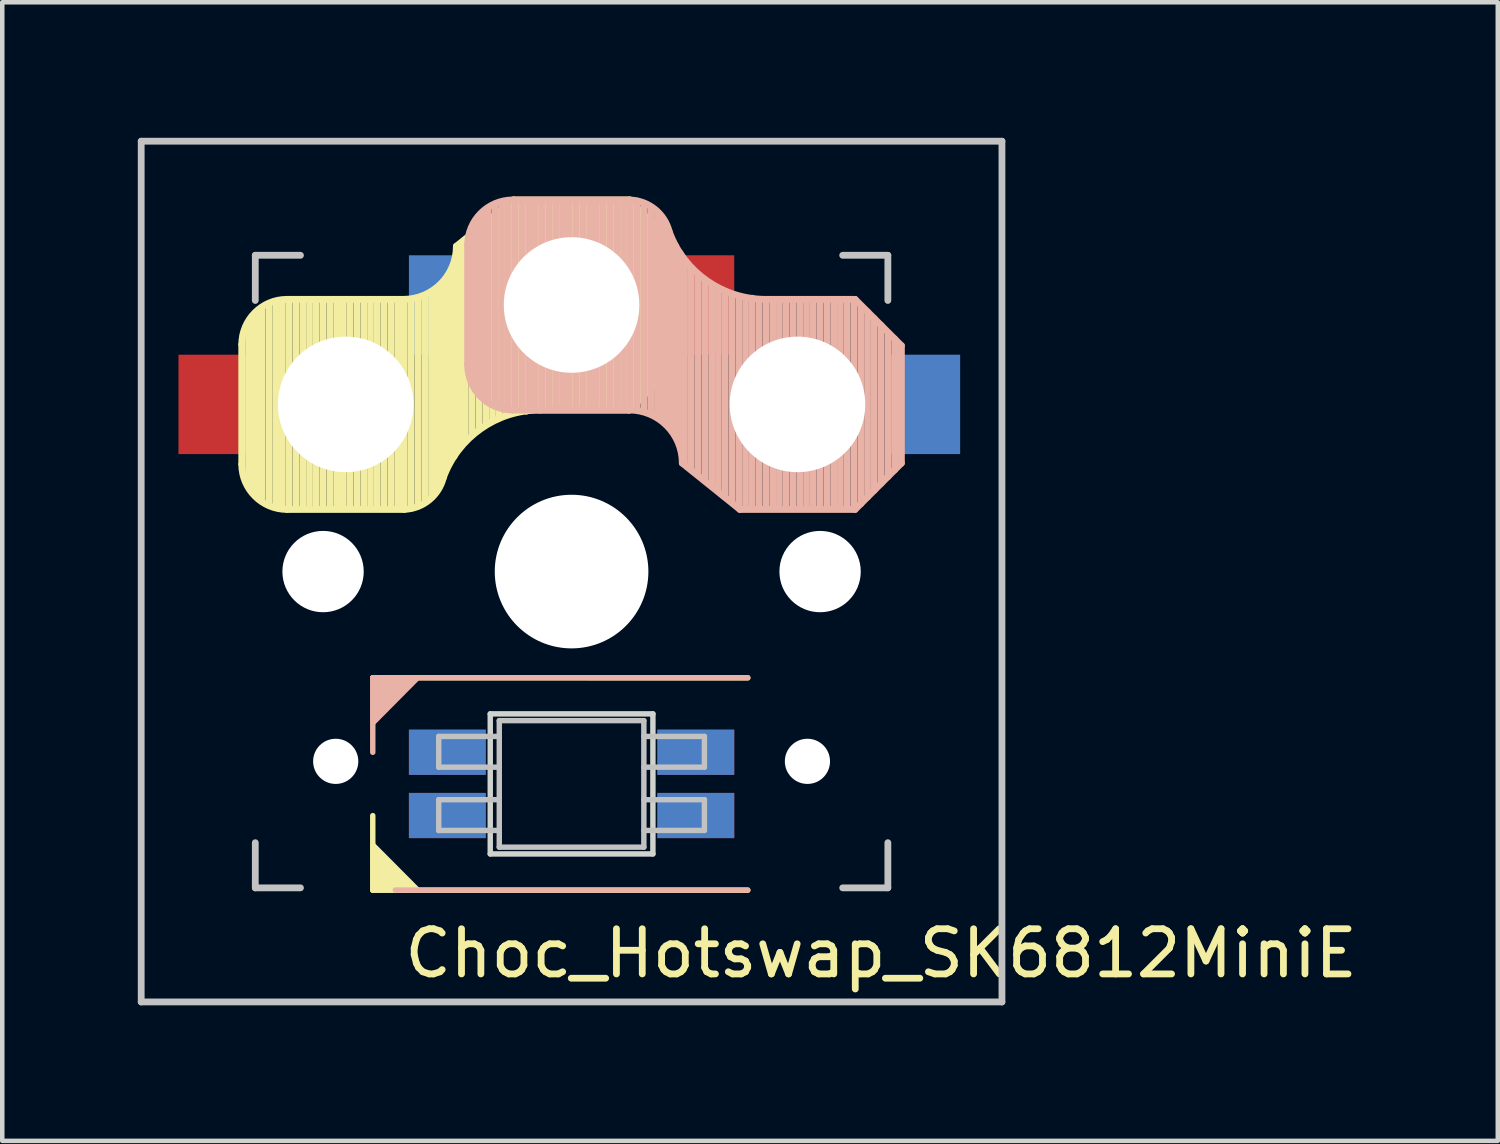
<source format=kicad_pcb>
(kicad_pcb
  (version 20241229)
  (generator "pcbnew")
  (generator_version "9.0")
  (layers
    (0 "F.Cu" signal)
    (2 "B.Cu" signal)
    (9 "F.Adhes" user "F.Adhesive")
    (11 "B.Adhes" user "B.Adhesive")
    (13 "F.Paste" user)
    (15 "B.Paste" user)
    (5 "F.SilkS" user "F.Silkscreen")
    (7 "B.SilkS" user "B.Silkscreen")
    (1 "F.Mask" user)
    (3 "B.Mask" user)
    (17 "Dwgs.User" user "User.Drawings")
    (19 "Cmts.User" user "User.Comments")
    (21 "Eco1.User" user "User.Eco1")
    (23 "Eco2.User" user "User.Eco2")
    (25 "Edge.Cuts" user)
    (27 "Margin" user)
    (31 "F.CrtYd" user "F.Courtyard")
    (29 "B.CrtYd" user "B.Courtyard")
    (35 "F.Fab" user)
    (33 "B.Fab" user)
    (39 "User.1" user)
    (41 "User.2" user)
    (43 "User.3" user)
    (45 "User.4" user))
  (footprint "Choc_Hotswap_SK6812MiniE"
    (layer "F.Cu")
    (at 9.6 9.6)
    (property "Reference" "Choc_Hotswap_SK6812MiniE" (at 6.85 8.45 180) (layer "F.SilkS") (effects (font (size 1 1) (thickness 0.15))))
    (attr through_hole)
    (fp_line (start -7.3 -5.025) (end -7.3 -2.375) (stroke (width 0.15) (type solid)) (layer "F.SilkS"))
    (fp_line (start -7.15 -1.95) (end -7.15 -5.5) (stroke (width 0.15) (type solid)) (layer "F.SilkS"))
    (fp_line (start -7.05 -1.8) (end -7.05 -5.55) (stroke (width 0.15) (type solid)) (layer "F.SilkS"))
    (fp_line (start -6.95 -1.7) (end -6.95 -5.65) (stroke (width 0.15) (type solid)) (layer "F.SilkS"))
    (fp_line (start -6.85 -1.6) (end -6.85 -5.8) (stroke (width 0.15) (type solid)) (layer "F.SilkS"))
    (fp_line (start -6.7 -1.5) (end -6.7 -5.9) (stroke (width 0.15) (type solid)) (layer "F.SilkS"))
    (fp_line (start -6.55 -1.45) (end -6.55 -5.95) (stroke (width 0.15) (type solid)) (layer "F.SilkS"))
    (fp_line (start -6.4 -1.4) (end -6.4 -5.95) (stroke (width 0.15) (type solid)) (layer "F.SilkS"))
    (fp_line (start -6.3 -6.025) (end -3.725 -6.025) (stroke (width 0.15) (type solid)) (layer "F.SilkS"))
    (fp_line (start -6.3 -1.375) (end -3.7 -1.375) (stroke (width 0.15) (type solid)) (layer "F.SilkS"))
    (fp_line (start -6.25 -1.4) (end -6.25 -6) (stroke (width 0.15) (type solid)) (layer "F.SilkS"))
    (fp_line (start -6.1 -1.4) (end -6.1 -6) (stroke (width 0.15) (type solid)) (layer "F.SilkS"))
    (fp_line (start -5.95 -1.4) (end -5.95 -6) (stroke (width 0.15) (type solid)) (layer "F.SilkS"))
    (fp_line (start -5.8 -1.4) (end -5.8 -6) (stroke (width 0.15) (type solid)) (layer "F.SilkS"))
    (fp_line (start -5.65 -1.4) (end -5.65 -6) (stroke (width 0.15) (type solid)) (layer "F.SilkS"))
    (fp_line (start -5.5 -1.4) (end -5.5 -6) (stroke (width 0.15) (type solid)) (layer "F.SilkS"))
    (fp_line (start -5.35 -1.4) (end -5.35 -6) (stroke (width 0.15) (type solid)) (layer "F.SilkS"))
    (fp_line (start -5.2 -1.4) (end -5.2 -6) (stroke (width 0.15) (type solid)) (layer "F.SilkS"))
    (fp_line (start -5.05 -1.4) (end -5.05 -6) (stroke (width 0.15) (type solid)) (layer "F.SilkS"))
    (fp_line (start -4.9 -1.4) (end -4.9 -6) (stroke (width 0.15) (type solid)) (layer "F.SilkS"))
    (fp_line (start -4.75 -1.4) (end -4.75 -6) (stroke (width 0.15) (type solid)) (layer "F.SilkS"))
    (fp_line (start -4.6 -1.4) (end -4.6 -6) (stroke (width 0.15) (type solid)) (layer "F.SilkS"))
    (fp_line (start -4.45 -1.4) (end -4.45 -6) (stroke (width 0.15) (type solid)) (layer "F.SilkS"))
    (fp_line (start -4.4 2.349) (end 3.9 2.352) (stroke (width 0.12) (type solid)) (layer "F.SilkS"))
    (fp_line (start -4.4 7.052) (end -4.4 5.401) (stroke (width 0.12) (type solid)) (layer "F.SilkS"))
    (fp_line (start -4.3 -1.4) (end -4.3 -6) (stroke (width 0.15) (type solid)) (layer "F.SilkS"))
    (fp_line (start -4.15 -1.4) (end -4.15 -6) (stroke (width 0.15) (type solid)) (layer "F.SilkS"))
    (fp_line (start -4 -1.4) (end -4 -6) (stroke (width 0.15) (type solid)) (layer "F.SilkS"))
    (fp_line (start -3.85 -1.4) (end -3.85 -5.95) (stroke (width 0.15) (type solid)) (layer "F.SilkS"))
    (fp_line (start -3.7 -1.4) (end -3.7 -6) (stroke (width 0.15) (type solid)) (layer "F.SilkS"))
    (fp_line (start -3.55 -1.4) (end -3.55 -6) (stroke (width 0.15) (type solid)) (layer "F.SilkS"))
    (fp_line (start -3.4 -1.45) (end -3.4 -6) (stroke (width 0.15) (type solid)) (layer "F.SilkS"))
    (fp_line (start -3.25 -1.55) (end -3.25 -6.1) (stroke (width 0.15) (type solid)) (layer "F.SilkS"))
    (fp_line (start -3.1 -1.65) (end -3.1 -6.15) (stroke (width 0.15) (type solid)) (layer "F.SilkS"))
    (fp_line (start -3 -1.8) (end -3 -6.2) (stroke (width 0.15) (type solid)) (layer "F.SilkS"))
    (fp_line (start -2.9 -2.05) (end -2.9 -6.25) (stroke (width 0.15) (type solid)) (layer "F.SilkS"))
    (fp_line (start -2.8 -2.2) (end -2.8 -6.35) (stroke (width 0.15) (type solid)) (layer "F.SilkS"))
    (fp_line (start -2.7 -2.4) (end -2.7 -6.55) (stroke (width 0.15) (type solid)) (layer "F.SilkS"))
    (fp_line (start -2.6 -2.55) (end -2.6 -6.7) (stroke (width 0.15) (type solid)) (layer "F.SilkS"))
    (fp_line (start -2.5 -2.75) (end -2.5 -7.2) (stroke (width 0.15) (type solid)) (layer "F.SilkS"))
    (fp_line (start -2.35 -2.9) (end -2.35 -7.35) (stroke (width 0.15) (type solid)) (layer "F.SilkS"))
    (fp_line (start -2.2 -3.05) (end -2.2 -7.45) (stroke (width 0.15) (type solid)) (layer "F.SilkS"))
    (fp_line (start -2.05 -3.15) (end -2.05 -7.55) (stroke (width 0.15) (type solid)) (layer "F.SilkS"))
    (fp_line (start -1.9 -3.25) (end -1.9 -7.7) (stroke (width 0.15) (type solid)) (layer "F.SilkS"))
    (fp_line (start -1.75 -3.35) (end -1.75 -7.8) (stroke (width 0.15) (type solid)) (layer "F.SilkS"))
    (fp_line (start -1.6 -3.4) (end -1.6 -7.95) (stroke (width 0.15) (type solid)) (layer "F.SilkS"))
    (fp_line (start -1.45 -3.5) (end -1.45 -8.05) (stroke (width 0.15) (type solid)) (layer "F.SilkS"))
    (fp_line (start -1.3 -3.55) (end -1.3 -8.15) (stroke (width 0.15) (type solid)) (layer "F.SilkS"))
    (fp_line (start -1.275 -8.225) (end -2.55 -7.2) (stroke (width 0.15) (type solid)) (layer "F.SilkS"))
    (fp_line (start -1.275 -8.225) (end 1.275 -8.225) (stroke (width 0.15) (type solid)) (layer "F.SilkS"))
    (fp_line (start -1.15 -3.55) (end -1.15 -8.2) (stroke (width 0.15) (type solid)) (layer "F.SilkS"))
    (fp_line (start -1 -3.55) (end -1 -8.2) (stroke (width 0.15) (type solid)) (layer "F.SilkS"))
    (fp_line (start -0.85 -3.6) (end -0.85 -8.15) (stroke (width 0.15) (type solid)) (layer "F.SilkS"))
    (fp_line (start -0.7 -3.6) (end -0.7 -8.2) (stroke (width 0.15) (type solid)) (layer "F.SilkS"))
    (fp_line (start -0.7 -3.575) (end 1.275 -3.575) (stroke (width 0.15) (type solid)) (layer "F.SilkS"))
    (fp_line (start -0.55 -3.6) (end -0.55 -8.2) (stroke (width 0.15) (type solid)) (layer "F.SilkS"))
    (fp_line (start -0.4 -3.6) (end -0.4 -8.2) (stroke (width 0.15) (type solid)) (layer "F.SilkS"))
    (fp_line (start -0.25 -3.6) (end -0.25 -8.2) (stroke (width 0.15) (type solid)) (layer "F.SilkS"))
    (fp_line (start -0.1 -3.6) (end -0.1 -8.2) (stroke (width 0.15) (type solid)) (layer "F.SilkS"))
    (fp_line (start 0.05 -3.6) (end 0.05 -8.2) (stroke (width 0.15) (type solid)) (layer "F.SilkS"))
    (fp_line (start 0.2 -3.6) (end 0.2 -8.2) (stroke (width 0.15) (type solid)) (layer "F.SilkS"))
    (fp_line (start 0.35 -3.6) (end 0.35 -8.2) (stroke (width 0.15) (type solid)) (layer "F.SilkS"))
    (fp_line (start 0.5 -3.6) (end 0.5 -8.2) (stroke (width 0.15) (type solid)) (layer "F.SilkS"))
    (fp_line (start 0.65 -3.6) (end 0.65 -8.2) (stroke (width 0.15) (type solid)) (layer "F.SilkS"))
    (fp_line (start 0.8 -3.6) (end 0.8 -8.2) (stroke (width 0.15) (type solid)) (layer "F.SilkS"))
    (fp_line (start 0.95 -3.6) (end 0.95 -8.2) (stroke (width 0.15) (type solid)) (layer "F.SilkS"))
    (fp_line (start 1.1 -3.6) (end 1.1 -8.2) (stroke (width 0.15) (type solid)) (layer "F.SilkS"))
    (fp_line (start 1.25 -3.6) (end 1.25 -8.2) (stroke (width 0.15) (type solid)) (layer "F.SilkS"))
    (fp_line (start 1.4 -3.75) (end 1.4 -8.1) (stroke (width 0.15) (type solid)) (layer "F.SilkS"))
    (fp_line (start 1.55 -3.85) (end 1.55 -7.95) (stroke (width 0.15) (type solid)) (layer "F.SilkS"))
    (fp_line (start 1.7 -4) (end 1.7 -7.8) (stroke (width 0.15) (type solid)) (layer "F.SilkS"))
    (fp_line (start 1.85 -4.15) (end 1.85 -7.65) (stroke (width 0.15) (type solid)) (layer "F.SilkS"))
    (fp_line (start 2 -4.35) (end 2 -7.5) (stroke (width 0.15) (type solid)) (layer "F.SilkS"))
    (fp_line (start 2.15 -4.45) (end 2.15 -7.35) (stroke (width 0.15) (type solid)) (layer "F.SilkS"))
    (fp_line (start 2.3 -7.2) (end 1.275 -8.225) (stroke (width 0.15) (type solid)) (layer "F.SilkS"))
    (fp_line (start 2.3 -7.2) (end 2.3 -4.6) (stroke (width 0.15) (type solid)) (layer "F.SilkS"))
    (fp_line (start 2.3 -4.6) (end 1.275 -3.575) (stroke (width 0.15) (type solid)) (layer "F.SilkS"))
    (fp_line (start 3.9 7.052) (end -4.4 7.052) (stroke (width 0.12) (type solid)) (layer "F.SilkS"))
    (fp_arc (start -7.3 -5.025) (mid -7.007107 -5.732107) (end -6.3 -6.025) (stroke (width 0.15) (type solid)) (layer "F.SilkS"))
    (fp_arc (start -6.3 -1.375) (mid -7.007107 -1.667893) (end -7.3 -2.375) (stroke (width 0.15) (type solid)) (layer "F.SilkS"))
    (fp_arc (start -2.837801 -2.078096) (mid -3.151716 -1.583979) (end -3.699005 -1.376209) (stroke (width 0.15) (type solid)) (layer "F.SilkS"))
    (fp_arc (start -2.837801 -2.078096) (mid -2.004887 -3.163571) (end -0.7 -3.575) (stroke (width 0.15) (type solid)) (layer "F.SilkS"))
    (fp_arc (start -2.55 -7.2) (mid -2.89415 -6.36915) (end -3.725 -6.025) (stroke (width 0.15) (type solid)) (layer "F.SilkS"))
    (fp_poly (pts (xy -3.392 7.049) (xy -4.4 7.052) (xy -4.4 6.036)) (stroke (width 0.1) (type solid)) (fill yes) (layer "F.SilkS"))
    (fp_line (start -4.4 2.349) (end -4.4 4) (stroke (width 0.12) (type solid)) (layer "B.SilkS"))
    (fp_line (start -3.9 7.049) (end 3.9 7.049) (stroke (width 0.12) (type solid)) (layer "B.SilkS"))
    (fp_line (start -2.3 -4.575) (end -2.3 -7.225) (stroke (width 0.15) (type solid)) (layer "B.SilkS"))
    (fp_line (start -2.15 -7.65) (end -2.15 -4.1) (stroke (width 0.15) (type solid)) (layer "B.SilkS"))
    (fp_line (start -2.05 -7.8) (end -2.05 -4.05) (stroke (width 0.15) (type solid)) (layer "B.SilkS"))
    (fp_line (start -1.95 -7.9) (end -1.95 -3.95) (stroke (width 0.15) (type solid)) (layer "B.SilkS"))
    (fp_line (start -1.85 -8) (end -1.85 -3.8) (stroke (width 0.15) (type solid)) (layer "B.SilkS"))
    (fp_line (start -1.7 -8.1) (end -1.7 -3.7) (stroke (width 0.15) (type solid)) (layer "B.SilkS"))
    (fp_line (start -1.55 -8.15) (end -1.55 -3.65) (stroke (width 0.15) (type solid)) (layer "B.SilkS"))
    (fp_line (start -1.4 -8.2) (end -1.4 -3.65) (stroke (width 0.15) (type solid)) (layer "B.SilkS"))
    (fp_line (start -1.3 -8.225) (end 1.3 -8.225) (stroke (width 0.15) (type solid)) (layer "B.SilkS"))
    (fp_line (start -1.3 -3.575) (end 1.275 -3.575) (stroke (width 0.15) (type solid)) (layer "B.SilkS"))
    (fp_line (start -1.25 -8.2) (end -1.25 -3.6) (stroke (width 0.15) (type solid)) (layer "B.SilkS"))
    (fp_line (start -1.1 -8.2) (end -1.1 -3.6) (stroke (width 0.15) (type solid)) (layer "B.SilkS"))
    (fp_line (start -0.95 -8.2) (end -0.95 -3.6) (stroke (width 0.15) (type solid)) (layer "B.SilkS"))
    (fp_line (start -0.8 -8.2) (end -0.8 -3.6) (stroke (width 0.15) (type solid)) (layer "B.SilkS"))
    (fp_line (start -0.65 -8.2) (end -0.65 -3.6) (stroke (width 0.15) (type solid)) (layer "B.SilkS"))
    (fp_line (start -0.5 -8.2) (end -0.5 -3.6) (stroke (width 0.15) (type solid)) (layer "B.SilkS"))
    (fp_line (start -0.35 -8.2) (end -0.35 -3.6) (stroke (width 0.15) (type solid)) (layer "B.SilkS"))
    (fp_line (start -0.2 -8.2) (end -0.2 -3.6) (stroke (width 0.15) (type solid)) (layer "B.SilkS"))
    (fp_line (start -0.05 -8.2) (end -0.05 -3.6) (stroke (width 0.15) (type solid)) (layer "B.SilkS"))
    (fp_line (start 0.1 -8.2) (end 0.1 -3.6) (stroke (width 0.15) (type solid)) (layer "B.SilkS"))
    (fp_line (start 0.25 -8.2) (end 0.25 -3.6) (stroke (width 0.15) (type solid)) (layer "B.SilkS"))
    (fp_line (start 0.4 -8.2) (end 0.4 -3.6) (stroke (width 0.15) (type solid)) (layer "B.SilkS"))
    (fp_line (start 0.55 -8.2) (end 0.55 -3.6) (stroke (width 0.15) (type solid)) (layer "B.SilkS"))
    (fp_line (start 0.7 -8.2) (end 0.7 -3.6) (stroke (width 0.15) (type solid)) (layer "B.SilkS"))
    (fp_line (start 0.85 -8.2) (end 0.85 -3.6) (stroke (width 0.15) (type solid)) (layer "B.SilkS"))
    (fp_line (start 1 -8.2) (end 1 -3.6) (stroke (width 0.15) (type solid)) (layer "B.SilkS"))
    (fp_line (start 1.15 -8.2) (end 1.15 -3.65) (stroke (width 0.15) (type solid)) (layer "B.SilkS"))
    (fp_line (start 1.3 -8.2) (end 1.3 -3.6) (stroke (width 0.15) (type solid)) (layer "B.SilkS"))
    (fp_line (start 1.45 -8.2) (end 1.45 -3.6) (stroke (width 0.15) (type solid)) (layer "B.SilkS"))
    (fp_line (start 1.6 -8.15) (end 1.6 -3.6) (stroke (width 0.15) (type solid)) (layer "B.SilkS"))
    (fp_line (start 1.75 -8.05) (end 1.75 -3.5) (stroke (width 0.15) (type solid)) (layer "B.SilkS"))
    (fp_line (start 1.9 -7.95) (end 1.9 -3.45) (stroke (width 0.15) (type solid)) (layer "B.SilkS"))
    (fp_line (start 2 -7.8) (end 2 -3.4) (stroke (width 0.15) (type solid)) (layer "B.SilkS"))
    (fp_line (start 2.1 -7.55) (end 2.1 -3.35) (stroke (width 0.15) (type solid)) (layer "B.SilkS"))
    (fp_line (start 2.2 -7.4) (end 2.2 -3.25) (stroke (width 0.15) (type solid)) (layer "B.SilkS"))
    (fp_line (start 2.3 -7.2) (end 2.3 -3.05) (stroke (width 0.15) (type solid)) (layer "B.SilkS"))
    (fp_line (start 2.4 -7.05) (end 2.4 -2.9) (stroke (width 0.15) (type solid)) (layer "B.SilkS"))
    (fp_line (start 2.5 -6.85) (end 2.5 -2.4) (stroke (width 0.15) (type solid)) (layer "B.SilkS"))
    (fp_line (start 2.65 -6.7) (end 2.65 -2.25) (stroke (width 0.15) (type solid)) (layer "B.SilkS"))
    (fp_line (start 2.8 -6.55) (end 2.8 -2.15) (stroke (width 0.15) (type solid)) (layer "B.SilkS"))
    (fp_line (start 2.95 -6.45) (end 2.95 -2.05) (stroke (width 0.15) (type solid)) (layer "B.SilkS"))
    (fp_line (start 3.1 -6.35) (end 3.1 -1.9) (stroke (width 0.15) (type solid)) (layer "B.SilkS"))
    (fp_line (start 3.25 -6.25) (end 3.25 -1.8) (stroke (width 0.15) (type solid)) (layer "B.SilkS"))
    (fp_line (start 3.4 -6.2) (end 3.4 -1.65) (stroke (width 0.15) (type solid)) (layer "B.SilkS"))
    (fp_line (start 3.55 -6.1) (end 3.55 -1.55) (stroke (width 0.15) (type solid)) (layer "B.SilkS"))
    (fp_line (start 3.7 -6.05) (end 3.7 -1.45) (stroke (width 0.15) (type solid)) (layer "B.SilkS"))
    (fp_line (start 3.725 -1.375) (end 2.45 -2.4) (stroke (width 0.15) (type solid)) (layer "B.SilkS"))
    (fp_line (start 3.725 -1.375) (end 6.275 -1.375) (stroke (width 0.15) (type solid)) (layer "B.SilkS"))
    (fp_line (start 3.85 -6.05) (end 3.85 -1.4) (stroke (width 0.15) (type solid)) (layer "B.SilkS"))
    (fp_line (start 3.9 2.349) (end -4.4 2.349) (stroke (width 0.12) (type solid)) (layer "B.SilkS"))
    (fp_line (start 4 -6.05) (end 4 -1.4) (stroke (width 0.15) (type solid)) (layer "B.SilkS"))
    (fp_line (start 4.15 -6) (end 4.15 -1.45) (stroke (width 0.15) (type solid)) (layer "B.SilkS"))
    (fp_line (start 4.3 -6.025) (end 6.275 -6.025) (stroke (width 0.15) (type solid)) (layer "B.SilkS"))
    (fp_line (start 4.3 -6) (end 4.3 -1.4) (stroke (width 0.15) (type solid)) (layer "B.SilkS"))
    (fp_line (start 4.45 -6) (end 4.45 -1.4) (stroke (width 0.15) (type solid)) (layer "B.SilkS"))
    (fp_line (start 4.6 -6) (end 4.6 -1.4) (stroke (width 0.15) (type solid)) (layer "B.SilkS"))
    (fp_line (start 4.75 -6) (end 4.75 -1.4) (stroke (width 0.15) (type solid)) (layer "B.SilkS"))
    (fp_line (start 4.9 -6) (end 4.9 -1.4) (stroke (width 0.15) (type solid)) (layer "B.SilkS"))
    (fp_line (start 5.05 -6) (end 5.05 -1.4) (stroke (width 0.15) (type solid)) (layer "B.SilkS"))
    (fp_line (start 5.2 -6) (end 5.2 -1.4) (stroke (width 0.15) (type solid)) (layer "B.SilkS"))
    (fp_line (start 5.35 -6) (end 5.35 -1.4) (stroke (width 0.15) (type solid)) (layer "B.SilkS"))
    (fp_line (start 5.5 -6) (end 5.5 -1.4) (stroke (width 0.15) (type solid)) (layer "B.SilkS"))
    (fp_line (start 5.65 -6) (end 5.65 -1.4) (stroke (width 0.15) (type solid)) (layer "B.SilkS"))
    (fp_line (start 5.8 -6) (end 5.8 -1.4) (stroke (width 0.15) (type solid)) (layer "B.SilkS"))
    (fp_line (start 5.95 -6) (end 5.95 -1.4) (stroke (width 0.15) (type solid)) (layer "B.SilkS"))
    (fp_line (start 6.1 -6) (end 6.1 -1.4) (stroke (width 0.15) (type solid)) (layer "B.SilkS"))
    (fp_line (start 6.25 -6) (end 6.25 -1.4) (stroke (width 0.15) (type solid)) (layer "B.SilkS"))
    (fp_line (start 6.4 -5.85) (end 6.4 -1.5) (stroke (width 0.15) (type solid)) (layer "B.SilkS"))
    (fp_line (start 6.55 -5.75) (end 6.55 -1.65) (stroke (width 0.15) (type solid)) (layer "B.SilkS"))
    (fp_line (start 6.7 -5.6) (end 6.7 -1.8) (stroke (width 0.15) (type solid)) (layer "B.SilkS"))
    (fp_line (start 6.85 -5.45) (end 6.85 -1.95) (stroke (width 0.15) (type solid)) (layer "B.SilkS"))
    (fp_line (start 7 -5.25) (end 7 -2.1) (stroke (width 0.15) (type solid)) (layer "B.SilkS"))
    (fp_line (start 7.15 -5.15) (end 7.15 -2.25) (stroke (width 0.15) (type solid)) (layer "B.SilkS"))
    (fp_line (start 7.3 -5) (end 6.275 -6.025) (stroke (width 0.15) (type solid)) (layer "B.SilkS"))
    (fp_line (start 7.3 -2.4) (end 6.275 -1.375) (stroke (width 0.15) (type solid)) (layer "B.SilkS"))
    (fp_line (start 7.3 -2.4) (end 7.3 -5) (stroke (width 0.15) (type solid)) (layer "B.SilkS"))
    (fp_arc (start -2.3 -7.225) (mid -2.007107 -7.932107) (end -1.3 -8.225) (stroke (width 0.15) (type solid)) (layer "B.SilkS"))
    (fp_arc (start -1.3 -3.575) (mid -2.007107 -3.867893) (end -2.3 -4.575) (stroke (width 0.15) (type solid)) (layer "B.SilkS"))
    (fp_arc (start 1.275 -3.575) (mid 2.10585 -3.23085) (end 2.45 -2.4) (stroke (width 0.15) (type solid)) (layer "B.SilkS"))
    (fp_arc (start 1.300995 -8.223791) (mid 1.848284 -8.016021) (end 2.162199 -7.521904) (stroke (width 0.15) (type solid)) (layer "B.SilkS"))
    (fp_arc (start 4.3 -6.025) (mid 2.995114 -6.436429) (end 2.162199 -7.521904) (stroke (width 0.15) (type solid)) (layer "B.SilkS"))
    (fp_poly (pts (xy -4.4 3.365) (xy -4.4 2.349) (xy -3.392 2.349)) (stroke (width 0.1) (type solid)) (fill yes) (layer "B.SilkS"))
    (fp_line (start -9.525 -9.525) (end 9.525 -9.525) (stroke (width 0.15) (type solid)) (layer "Dwgs.User"))
    (fp_line (start -9.525 9.525) (end -9.525 -9.525) (stroke (width 0.15) (type solid)) (layer "Dwgs.User"))
    (fp_line (start -7 -7) (end -7 -6) (stroke (width 0.15) (type solid)) (layer "Dwgs.User"))
    (fp_line (start -7 6) (end -7 7) (stroke (width 0.15) (type solid)) (layer "Dwgs.User"))
    (fp_line (start -7 7) (end -6 7) (stroke (width 0.15) (type solid)) (layer "Dwgs.User"))
    (fp_line (start -6 -7) (end -7 -7) (stroke (width 0.15) (type solid)) (layer "Dwgs.User"))
    (fp_line (start -2.94 3.649) (end -2.94 4.329) (stroke (width 0.12) (type solid)) (layer "Dwgs.User"))
    (fp_line (start -2.94 4.329) (end -1.6 4.329) (stroke (width 0.12) (type solid)) (layer "Dwgs.User"))
    (fp_line (start -2.94 5.049) (end -2.94 5.729) (stroke (width 0.12) (type solid)) (layer "Dwgs.User"))
    (fp_line (start -2.94 5.729) (end -1.6 5.729) (stroke (width 0.12) (type solid)) (layer "Dwgs.User"))
    (fp_line (start -1.6 3.299) (end -1.6 6.099) (stroke (width 0.12) (type solid)) (layer "Dwgs.User"))
    (fp_line (start -1.6 3.299) (end 1.6 3.299) (stroke (width 0.12) (type solid)) (layer "Dwgs.User"))
    (fp_line (start -1.6 3.649) (end -2.94 3.649) (stroke (width 0.12) (type solid)) (layer "Dwgs.User"))
    (fp_line (start -1.6 5.049) (end -2.94 5.049) (stroke (width 0.12) (type solid)) (layer "Dwgs.User"))
    (fp_line (start -1.6 6.099) (end 1.6 6.099) (stroke (width 0.12) (type solid)) (layer "Dwgs.User"))
    (fp_line (start 1.6 3.299) (end 1.6 6.099) (stroke (width 0.12) (type solid)) (layer "Dwgs.User"))
    (fp_line (start 1.6 4.329) (end 2.94 4.329) (stroke (width 0.12) (type solid)) (layer "Dwgs.User"))
    (fp_line (start 1.6 5.729) (end 2.94 5.729) (stroke (width 0.12) (type solid)) (layer "Dwgs.User"))
    (fp_line (start 2.94 3.649) (end 1.6 3.649) (stroke (width 0.12) (type solid)) (layer "Dwgs.User"))
    (fp_line (start 2.94 4.329) (end 2.94 3.649) (stroke (width 0.12) (type solid)) (layer "Dwgs.User"))
    (fp_line (start 2.94 5.049) (end 1.6 5.049) (stroke (width 0.12) (type solid)) (layer "Dwgs.User"))
    (fp_line (start 2.94 5.729) (end 2.94 5.049) (stroke (width 0.12) (type solid)) (layer "Dwgs.User"))
    (fp_line (start 6 -7) (end 7 -7) (stroke (width 0.15) (type solid)) (layer "Dwgs.User"))
    (fp_line (start 7 -7) (end 7 -6) (stroke (width 0.15) (type solid)) (layer "Dwgs.User"))
    (fp_line (start 7 6) (end 7 7) (stroke (width 0.15) (type solid)) (layer "Dwgs.User"))
    (fp_line (start 7 7) (end 6 7) (stroke (width 0.15) (type solid)) (layer "Dwgs.User"))
    (fp_line (start 9.525 -9.525) (end 9.525 9.525) (stroke (width 0.15) (type solid)) (layer "Dwgs.User"))
    (fp_line (start 9.525 9.525) (end -9.525 9.525) (stroke (width 0.15) (type solid)) (layer "Dwgs.User"))
    (fp_line (start -1.8 3.149) (end -1.8 6.249) (stroke (width 0.12) (type solid)) (layer "Edge.Cuts"))
    (fp_line (start -1.8 6.249) (end 1.8 6.249) (stroke (width 0.12) (type solid)) (layer "Edge.Cuts"))
    (fp_line (start 1.8 3.149) (end -1.8 3.149) (stroke (width 0.12) (type solid)) (layer "Edge.Cuts"))
    (fp_line (start 1.8 6.249) (end 1.8 3.149) (stroke (width 0.12) (type solid)) (layer "Edge.Cuts"))
    (fp_rect (start -9.525 -9.525) (end 9.525 9.525) (stroke (width 0.12) (type default)) (fill no) (layer "User.1"))
    (fp_rect (start -1.8 3.149) (end 1.8 6.249) (stroke (width 0.12) (type default)) (fill no) (layer "User.1"))
    (pad "" np_thru_hole circle (at -5.5 0 270) (size 1.8 1.8) (drill 1.8) (layers "*.Cu" "*.Mask"))
    (pad "" np_thru_hole circle (at -5.22 4.2) (size 1 1) (drill 1) (layers "*.Cu" "*.Mask"))
    (pad "" np_thru_hole circle (at -5 -3.7 90) (size 3 3) (drill 3) (layers "*.Cu" "*.Mask"))
    (pad "" np_thru_hole circle (at 0 -5.9 270) (size 3 3) (drill 3) (layers "*.Cu" "*.Mask"))
    (pad "" np_thru_hole circle (at 0 0 270) (size 3.4 3.4) (drill 3.4) (layers "*.Cu" "*.Mask"))
    (pad "" np_thru_hole circle (at 5 -3.7 270) (size 3 3) (drill 3) (layers "*.Cu" "*.Mask"))
    (pad "" np_thru_hole circle (at 5.22 4.2) (size 1 1) (drill 1) (layers "*.Cu" "*.Mask"))
    (pad "" np_thru_hole circle (at 5.5 0 270) (size 1.8 1.8) (drill 1.8) (layers "*.Cu" "*.Mask"))
    (pad "1" smd rect (at 2.75 3.999) (size 1.7 1) (layers "F.Cu" "F.Mask" "F.Paste"))
    (pad "1" smd rect (at 2.75 5.399) (size 1.7 1) (layers "B.Cu" "B.Mask" "B.Paste"))
    (pad "2" smd rect (at 2.75 3.999) (size 1.7 1) (layers "B.Cu" "B.Mask" "B.Paste"))
    (pad "2" smd rect (at 2.75 5.399) (size 1.7 1) (layers "F.Cu" "F.Mask" "F.Paste"))
    (pad "3" smd rect (at -2.75 3.999) (size 1.7 1) (layers "B.Cu" "B.Mask" "B.Paste"))
    (pad "3" smd rect (at -2.75 5.399) (size 1.7 1) (layers "F.Cu" "F.Mask" "F.Paste"))
    (pad "4" smd rect (at -2.75 3.999) (size 1.7 1) (layers "F.Cu" "F.Mask" "F.Paste"))
    (pad "4" smd rect (at -2.75 5.399) (size 1.7 1) (layers "B.Cu" "B.Mask" "B.Paste"))
    (pad "5" smd rect (at -2.8 -5.9) (size 1.6 2.2) (layers "B.Cu" "B.Mask" "B.Paste"))
    (pad "5" smd rect (at 2.8 -5.9) (size 1.6 2.2) (layers "F.Cu" "F.Mask" "F.Paste"))
    (pad "6" smd rect (at -7.9 -3.7) (size 1.6 2.2) (layers "F.Cu" "F.Mask" "F.Paste"))
    (pad "6" smd rect (at 7.8 -3.7) (size 1.6 2.2) (layers "B.Cu" "B.Mask" "B.Paste")))
  (gr_rect
    (start -3 -3)
    (end 30.099 22.2)
    (stroke (width 0.1) (type default))
    (fill no)
    (layer "Edge.Cuts")))
</source>
